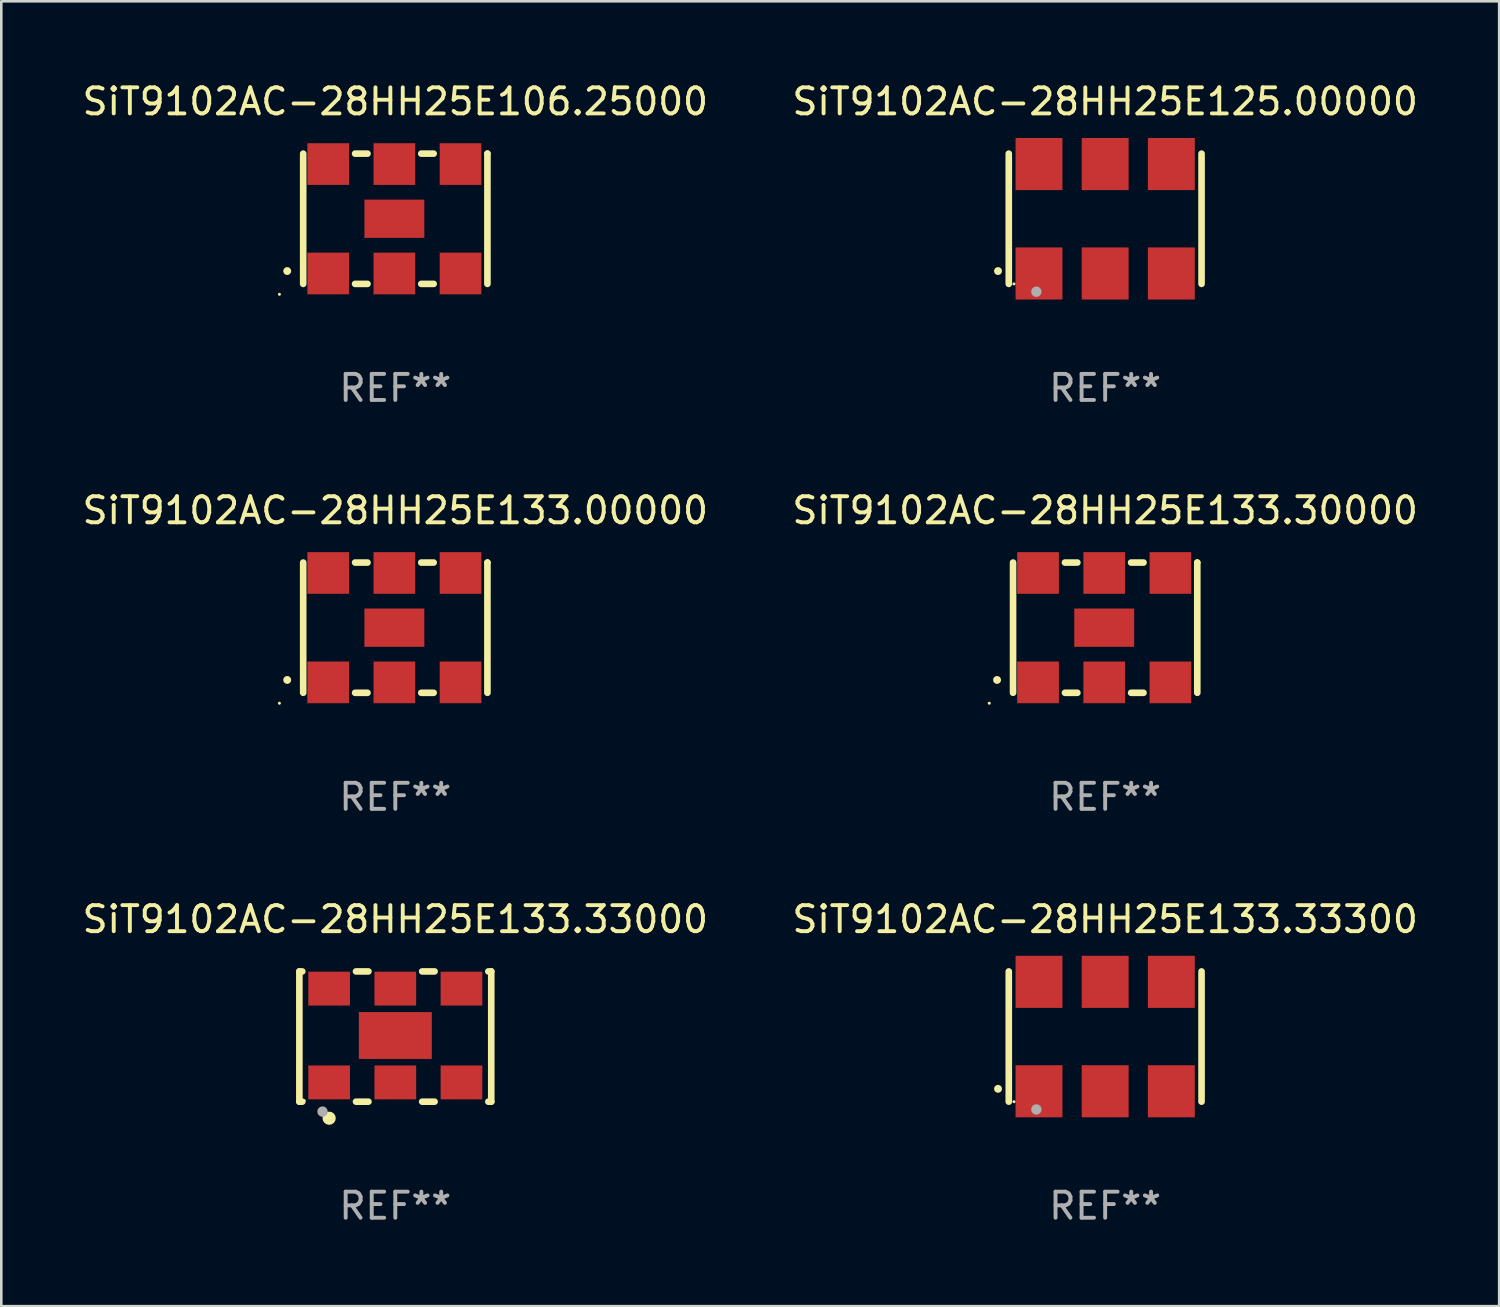
<source format=kicad_pcb>
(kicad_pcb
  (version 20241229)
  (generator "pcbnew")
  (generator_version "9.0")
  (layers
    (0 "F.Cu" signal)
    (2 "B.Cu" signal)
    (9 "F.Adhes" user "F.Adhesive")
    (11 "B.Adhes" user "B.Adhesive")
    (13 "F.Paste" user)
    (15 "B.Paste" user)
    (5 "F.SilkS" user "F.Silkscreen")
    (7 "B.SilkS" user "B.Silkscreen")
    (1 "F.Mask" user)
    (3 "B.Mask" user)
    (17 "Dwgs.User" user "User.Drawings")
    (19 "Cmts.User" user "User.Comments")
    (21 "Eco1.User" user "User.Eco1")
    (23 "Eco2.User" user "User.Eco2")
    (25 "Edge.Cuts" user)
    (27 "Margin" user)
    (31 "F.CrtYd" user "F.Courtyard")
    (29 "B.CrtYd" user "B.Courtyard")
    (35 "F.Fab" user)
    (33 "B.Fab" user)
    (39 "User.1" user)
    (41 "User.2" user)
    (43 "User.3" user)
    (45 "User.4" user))
  (footprint "SiT9102AC-28HH25E133.00000"
    (layer "F.Cu")
    (at 12.125 21.045)
    (property "Reference" "SiT9102AC-28HH25E133.00000" (at 0 -4.5 0) (layer "F.SilkS") (effects (font (size 1 1) (thickness 0.15))))
    (attr through_hole)
    (fp_line (start -3.536 -2.5) (end -3.536 2.5) (stroke (width 0.254) (type solid)) (layer "F.SilkS"))
    (fp_line (start -1.544 2.5) (end -1.067 2.5) (stroke (width 0.254) (type solid)) (layer "F.SilkS"))
    (fp_line (start -1.067 -2.5) (end -1.544 -2.5) (stroke (width 0.254) (type solid)) (layer "F.SilkS"))
    (fp_line (start 0.996 2.5) (end 1.473 2.5) (stroke (width 0.254) (type solid)) (layer "F.SilkS"))
    (fp_line (start 1.473 -2.5) (end 0.996 -2.5) (stroke (width 0.254) (type solid)) (layer "F.SilkS"))
    (fp_line (start 3.536 -2.5) (end 3.536 -2.5) (stroke (width 0.254) (type solid)) (layer "F.SilkS"))
    (fp_line (start 3.536 2.5) (end 3.536 -2.5) (stroke (width 0.254) (type solid)) (layer "F.SilkS"))
    (fp_arc (start -4.150432 2.006604) (mid -4.149162 2.006599) (end -4.147892 2.006604) (stroke (width 0.3) (type solid)) (layer "F.SilkS"))
    (fp_circle (center -4.449 2.9) (end -4.419 2.9) (stroke (width 0.06) (type solid)) (fill no) (layer "F.SilkS"))
    (fp_text user "REF**" (at 0 6.5 0) (layer "F.Fab") (effects (font (size 1 1) (thickness 0.15))))
    (pad "1" smd rect (at -2.576 2.1) (size 1.6 1.6) (layers "F.Cu" "F.Mask" "F.Paste"))
    (pad "2" smd rect (at -0.036 2.1) (size 1.6 1.6) (layers "F.Cu" "F.Mask" "F.Paste"))
    (pad "3" smd rect (at 2.504 2.1) (size 1.6 1.6) (layers "F.Cu" "F.Mask" "F.Paste"))
    (pad "4" smd rect (at 2.504 -2.1) (size 1.6 1.6) (layers "F.Cu" "F.Mask" "F.Paste"))
    (pad "5" smd rect (at -0.036 -2.1) (size 1.6 1.6) (layers "F.Cu" "F.Mask" "F.Paste"))
    (pad "6" smd rect (at -2.576 -2.1) (size 1.6 1.6) (layers "F.Cu" "F.Mask" "F.Paste"))
    (pad "7" smd rect (at -0.036 0) (size 2.3 1.47) (layers "F.Cu" "F.Mask" "F.Paste")))
  (footprint "SiT9102AC-28HH25E133.33000"
    (layer "F.Cu")
    (at 12.125 36.741)
    (property "Reference" "SiT9102AC-28HH25E133.33000" (at 0 -4.5 0) (layer "F.SilkS") (effects (font (size 1 1) (thickness 0.15))))
    (attr through_hole)
    (fp_line (start -3.683 -2.5) (end -3.571 -2.5) (stroke (width 0.254) (type solid)) (layer "F.SilkS"))
    (fp_line (start -3.683 2.5) (end -3.683 -2.5) (stroke (width 0.254) (type solid)) (layer "F.SilkS"))
    (fp_line (start -3.683 2.5) (end -3.571 2.5) (stroke (width 0.254) (type solid)) (layer "F.SilkS"))
    (fp_line (start -1.509 -2.5) (end -1.031 -2.5) (stroke (width 0.254) (type solid)) (layer "F.SilkS"))
    (fp_line (start -1.509 2.5) (end -1.031 2.5) (stroke (width 0.254) (type solid)) (layer "F.SilkS"))
    (fp_line (start 1.031 -2.5) (end 1.509 -2.5) (stroke (width 0.254) (type solid)) (layer "F.SilkS"))
    (fp_line (start 1.031 2.5) (end 1.509 2.5) (stroke (width 0.254) (type solid)) (layer "F.SilkS"))
    (fp_line (start 3.571 -2.5) (end 3.683 -2.5) (stroke (width 0.254) (type solid)) (layer "F.SilkS"))
    (fp_line (start 3.571 2.5) (end 3.683 2.5) (stroke (width 0.254) (type solid)) (layer "F.SilkS"))
    (fp_line (start 3.683 2.5) (end 3.683 -2.5) (stroke (width 0.254) (type solid)) (layer "F.SilkS"))
    (fp_circle (center -3.5 2.46) (end -3.47 2.46) (stroke (width 0.06) (type solid)) (fill no) (layer "F.SilkS"))
    (fp_circle (center -2.54 3.135) (end -2.413 3.135) (stroke (width 0.254) (type solid)) (fill no) (layer "F.SilkS"))
    (fp_circle (center -2.794 2.881) (end -2.694 2.881) (stroke (width 0.2) (type solid)) (fill no) (layer "F.Fab"))
    (fp_text user "REF**" (at 0 6.5 0) (layer "F.Fab") (effects (font (size 1 1) (thickness 0.15))))
    (pad "1" smd rect (at -2.54 1.76) (size 1.6 1.3) (layers "F.Cu" "F.Mask" "F.Paste"))
    (pad "2" smd rect (at 0 1.76) (size 1.6 1.3) (layers "F.Cu" "F.Mask" "F.Paste"))
    (pad "3" smd rect (at 2.54 1.76) (size 1.6 1.3) (layers "F.Cu" "F.Mask" "F.Paste"))
    (pad "4" smd rect (at 2.54 -1.84) (size 1.6 1.3) (layers "F.Cu" "F.Mask" "F.Paste"))
    (pad "5" smd rect (at 0 -1.84) (size 1.6 1.3) (layers "F.Cu" "F.Mask" "F.Paste"))
    (pad "6" smd rect (at -2.54 -1.84) (size 1.6 1.3) (layers "F.Cu" "F.Mask" "F.Paste"))
    (pad "7" smd rect (at 0 -0.04) (size 2.8 1.8) (layers "F.Cu" "F.Mask" "F.Paste")))
  (footprint "SiT9102AC-28HH25E125.00000"
    (layer "F.Cu")
    (at 39.375 5.348)
    (property "Reference" "SiT9102AC-28HH25E125.00000" (at 0 -4.5 0) (layer "F.SilkS") (effects (font (size 1 1) (thickness 0.15))))
    (attr through_hole)
    (fp_line (start -3.7 -2.5) (end -3.7 2.5) (stroke (width 0.254) (type solid)) (layer "F.SilkS"))
    (fp_line (start 3.7 -2.5) (end 3.7 2.5) (stroke (width 0.254) (type solid)) (layer "F.SilkS"))
    (fp_arc (start -4.114415 2.006604) (mid -4.113145 2.006599) (end -4.111875 2.006604) (stroke (width 0.3) (type solid)) (layer "F.SilkS"))
    (fp_circle (center -3.5 2.501) (end -3.47 2.501) (stroke (width 0.06) (type solid)) (fill no) (layer "F.SilkS"))
    (fp_circle (center -2.641 2.799) (end -2.541 2.799) (stroke (width 0.2) (type solid)) (fill no) (layer "F.Fab"))
    (fp_text user "REF**" (at 0 6.5 0) (layer "F.Fab") (effects (font (size 1 1) (thickness 0.15))))
    (pad "1" smd rect (at -2.54 2.1) (size 1.8 2) (layers "F.Cu" "F.Mask" "F.Paste"))
    (pad "2" smd rect (at 0.000394 2.1) (size 1.8 2) (layers "F.Cu" "F.Mask" "F.Paste"))
    (pad "3" smd rect (at 2.54 2.1) (size 1.8 2) (layers "F.Cu" "F.Mask" "F.Paste"))
    (pad "4" smd rect (at 2.54 -2.1) (size 1.8 2) (layers "F.Cu" "F.Mask" "F.Paste"))
    (pad "5" smd rect (at 0.000394 -2.1) (size 1.8 2) (layers "F.Cu" "F.Mask" "F.Paste"))
    (pad "6" smd rect (at -2.54 -2.1) (size 1.8 2) (layers "F.Cu" "F.Mask" "F.Paste")))
  (footprint "SiT9102AC-28HH25E106.25000"
    (layer "F.Cu")
    (at 12.125 5.348)
    (property "Reference" "SiT9102AC-28HH25E106.25000" (at 0 -4.5 0) (layer "F.SilkS") (effects (font (size 1 1) (thickness 0.15))))
    (attr through_hole)
    (fp_line (start -3.536 -2.5) (end -3.536 2.5) (stroke (width 0.254) (type solid)) (layer "F.SilkS"))
    (fp_line (start -1.544 2.5) (end -1.067 2.5) (stroke (width 0.254) (type solid)) (layer "F.SilkS"))
    (fp_line (start -1.067 -2.5) (end -1.544 -2.5) (stroke (width 0.254) (type solid)) (layer "F.SilkS"))
    (fp_line (start 0.996 2.5) (end 1.473 2.5) (stroke (width 0.254) (type solid)) (layer "F.SilkS"))
    (fp_line (start 1.473 -2.5) (end 0.996 -2.5) (stroke (width 0.254) (type solid)) (layer "F.SilkS"))
    (fp_line (start 3.536 -2.5) (end 3.536 -2.5) (stroke (width 0.254) (type solid)) (layer "F.SilkS"))
    (fp_line (start 3.536 2.5) (end 3.536 -2.5) (stroke (width 0.254) (type solid)) (layer "F.SilkS"))
    (fp_arc (start -4.150432 2.006604) (mid -4.149162 2.006599) (end -4.147892 2.006604) (stroke (width 0.3) (type solid)) (layer "F.SilkS"))
    (fp_circle (center -4.449 2.9) (end -4.419 2.9) (stroke (width 0.06) (type solid)) (fill no) (layer "F.SilkS"))
    (fp_text user "REF**" (at 0 6.5 0) (layer "F.Fab") (effects (font (size 1 1) (thickness 0.15))))
    (pad "1" smd rect (at -2.576 2.1) (size 1.6 1.6) (layers "F.Cu" "F.Mask" "F.Paste"))
    (pad "2" smd rect (at -0.036 2.1) (size 1.6 1.6) (layers "F.Cu" "F.Mask" "F.Paste"))
    (pad "3" smd rect (at 2.504 2.1) (size 1.6 1.6) (layers "F.Cu" "F.Mask" "F.Paste"))
    (pad "4" smd rect (at 2.504 -2.1) (size 1.6 1.6) (layers "F.Cu" "F.Mask" "F.Paste"))
    (pad "5" smd rect (at -0.036 -2.1) (size 1.6 1.6) (layers "F.Cu" "F.Mask" "F.Paste"))
    (pad "6" smd rect (at -2.576 -2.1) (size 1.6 1.6) (layers "F.Cu" "F.Mask" "F.Paste"))
    (pad "7" smd rect (at -0.036 0) (size 2.3 1.47) (layers "F.Cu" "F.Mask" "F.Paste")))
  (footprint "SiT9102AC-28HH25E133.33300"
    (layer "F.Cu")
    (at 39.375 36.741)
    (property "Reference" "SiT9102AC-28HH25E133.33300" (at 0 -4.5 0) (layer "F.SilkS") (effects (font (size 1 1) (thickness 0.15))))
    (attr through_hole)
    (fp_line (start -3.7 -2.5) (end -3.7 2.5) (stroke (width 0.254) (type solid)) (layer "F.SilkS"))
    (fp_line (start 3.7 -2.5) (end 3.7 2.5) (stroke (width 0.254) (type solid)) (layer "F.SilkS"))
    (fp_arc (start -4.114415 2.006604) (mid -4.113145 2.006599) (end -4.111875 2.006604) (stroke (width 0.3) (type solid)) (layer "F.SilkS"))
    (fp_circle (center -3.5 2.501) (end -3.47 2.501) (stroke (width 0.06) (type solid)) (fill no) (layer "F.SilkS"))
    (fp_circle (center -2.641 2.799) (end -2.541 2.799) (stroke (width 0.2) (type solid)) (fill no) (layer "F.Fab"))
    (fp_text user "REF**" (at 0 6.5 0) (layer "F.Fab") (effects (font (size 1 1) (thickness 0.15))))
    (pad "1" smd rect (at -2.54 2.1) (size 1.8 2) (layers "F.Cu" "F.Mask" "F.Paste"))
    (pad "2" smd rect (at 0.000394 2.1) (size 1.8 2) (layers "F.Cu" "F.Mask" "F.Paste"))
    (pad "3" smd rect (at 2.54 2.1) (size 1.8 2) (layers "F.Cu" "F.Mask" "F.Paste"))
    (pad "4" smd rect (at 2.54 -2.1) (size 1.8 2) (layers "F.Cu" "F.Mask" "F.Paste"))
    (pad "5" smd rect (at 0.000394 -2.1) (size 1.8 2) (layers "F.Cu" "F.Mask" "F.Paste"))
    (pad "6" smd rect (at -2.54 -2.1) (size 1.8 2) (layers "F.Cu" "F.Mask" "F.Paste")))
  (footprint "SiT9102AC-28HH25E133.30000"
    (layer "F.Cu")
    (at 39.375 21.045)
    (property "Reference" "SiT9102AC-28HH25E133.30000" (at 0 -4.5 0) (layer "F.SilkS") (effects (font (size 1 1) (thickness 0.15))))
    (attr through_hole)
    (fp_line (start -3.536 -2.5) (end -3.536 2.5) (stroke (width 0.254) (type solid)) (layer "F.SilkS"))
    (fp_line (start -1.544 2.5) (end -1.067 2.5) (stroke (width 0.254) (type solid)) (layer "F.SilkS"))
    (fp_line (start -1.067 -2.5) (end -1.544 -2.5) (stroke (width 0.254) (type solid)) (layer "F.SilkS"))
    (fp_line (start 0.996 2.5) (end 1.473 2.5) (stroke (width 0.254) (type solid)) (layer "F.SilkS"))
    (fp_line (start 1.473 -2.5) (end 0.996 -2.5) (stroke (width 0.254) (type solid)) (layer "F.SilkS"))
    (fp_line (start 3.536 -2.5) (end 3.536 -2.5) (stroke (width 0.254) (type solid)) (layer "F.SilkS"))
    (fp_line (start 3.536 2.5) (end 3.536 -2.5) (stroke (width 0.254) (type solid)) (layer "F.SilkS"))
    (fp_arc (start -4.150432 2.006604) (mid -4.149162 2.006599) (end -4.147892 2.006604) (stroke (width 0.3) (type solid)) (layer "F.SilkS"))
    (fp_circle (center -4.449 2.9) (end -4.419 2.9) (stroke (width 0.06) (type solid)) (fill no) (layer "F.SilkS"))
    (fp_text user "REF**" (at 0 6.5 0) (layer "F.Fab") (effects (font (size 1 1) (thickness 0.15))))
    (pad "1" smd rect (at -2.576 2.1) (size 1.6 1.6) (layers "F.Cu" "F.Mask" "F.Paste"))
    (pad "2" smd rect (at -0.036 2.1) (size 1.6 1.6) (layers "F.Cu" "F.Mask" "F.Paste"))
    (pad "3" smd rect (at 2.504 2.1) (size 1.6 1.6) (layers "F.Cu" "F.Mask" "F.Paste"))
    (pad "4" smd rect (at 2.504 -2.1) (size 1.6 1.6) (layers "F.Cu" "F.Mask" "F.Paste"))
    (pad "5" smd rect (at -0.036 -2.1) (size 1.6 1.6) (layers "F.Cu" "F.Mask" "F.Paste"))
    (pad "6" smd rect (at -2.576 -2.1) (size 1.6 1.6) (layers "F.Cu" "F.Mask" "F.Paste"))
    (pad "7" smd rect (at -0.036 0) (size 2.3 1.47) (layers "F.Cu" "F.Mask" "F.Paste")))
  (gr_rect
    (start -3 -3)
    (end 54.5 47.09)
    (stroke (width 0.1) (type default))
    (fill no)
    (layer "Edge.Cuts")))
</source>
